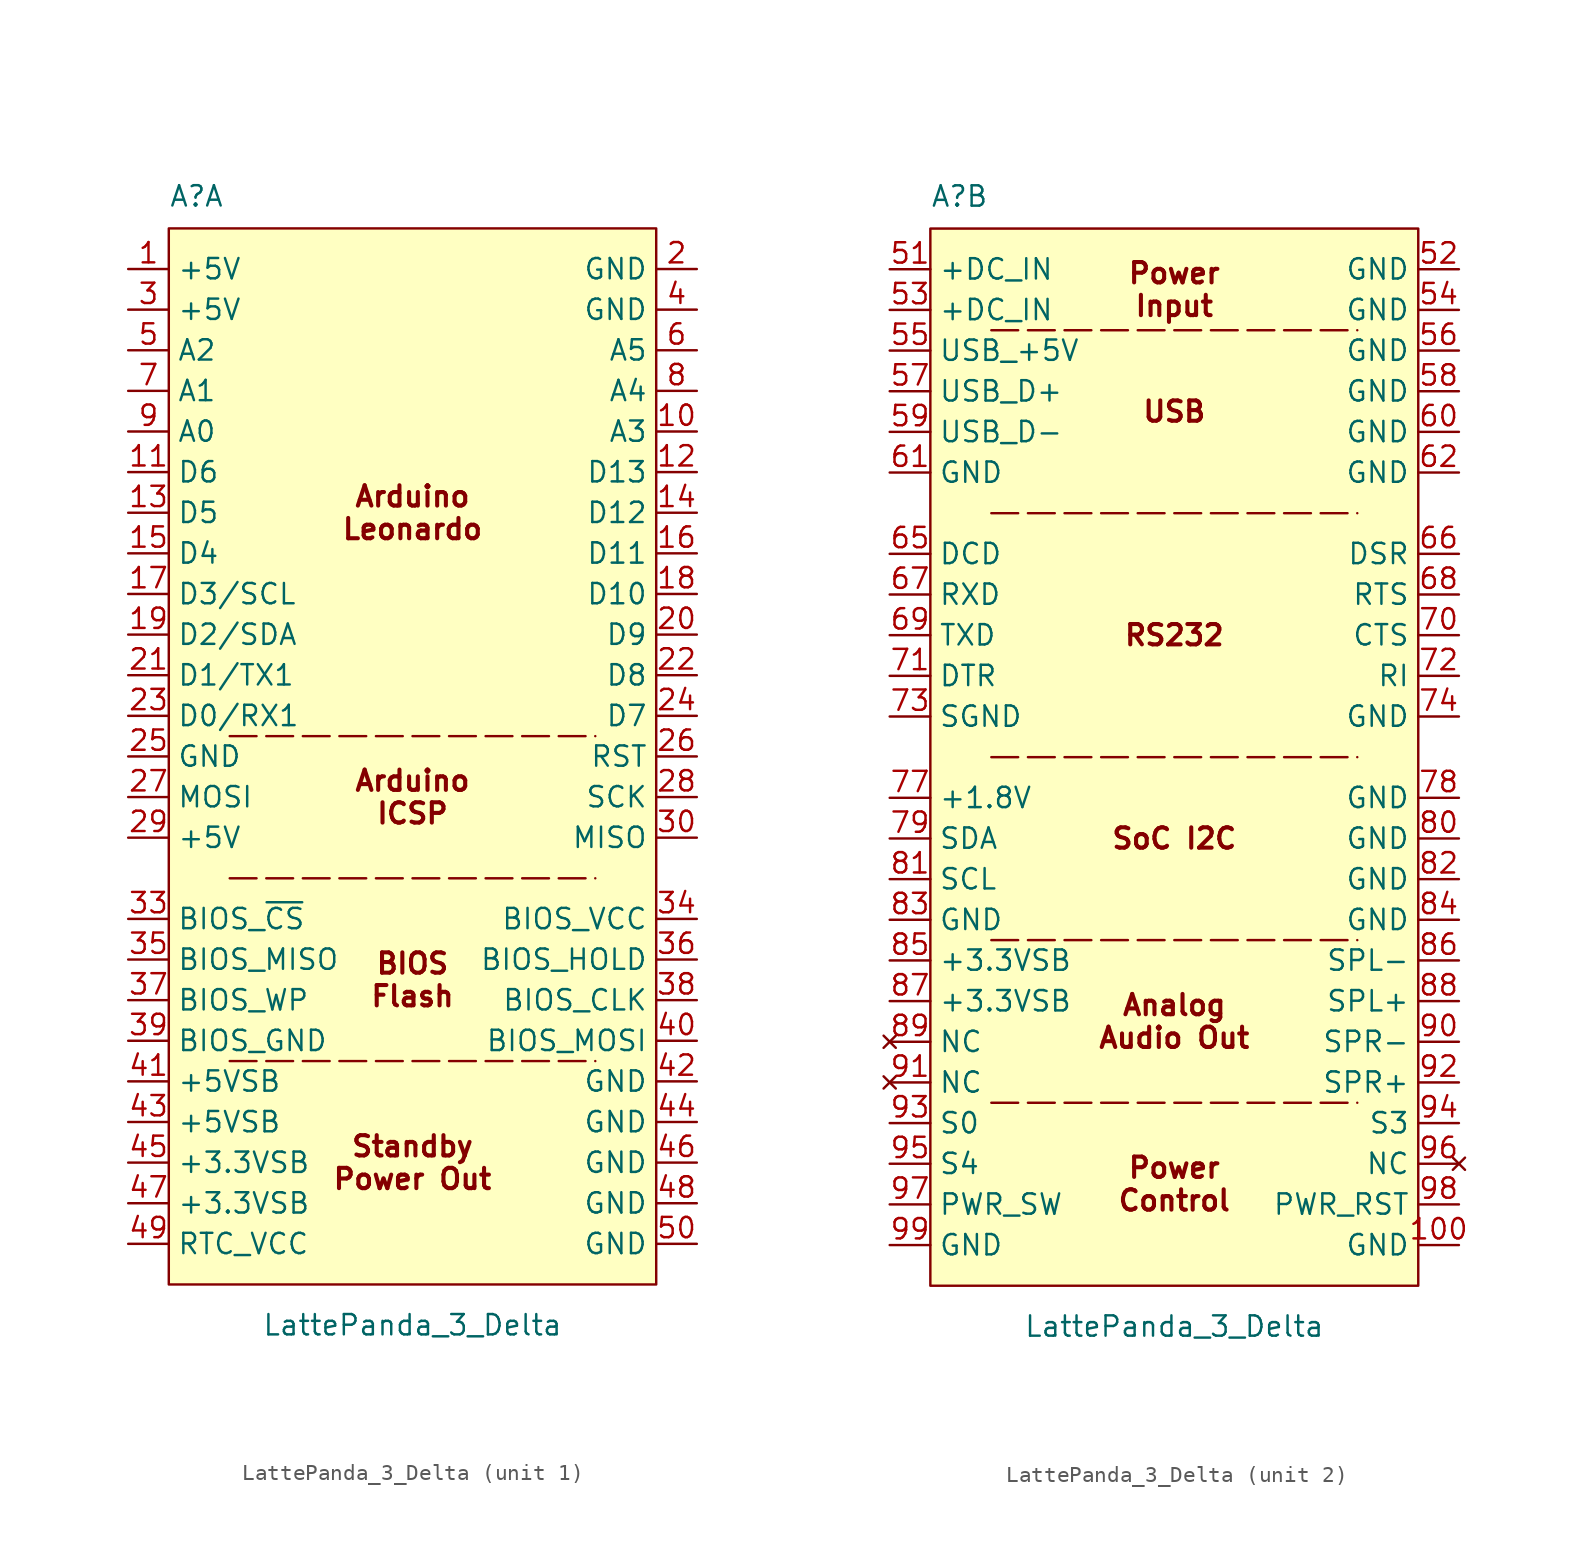
<source format=kicad_sym>
(kicad_symbol_lib
  (version 20220914)
  (generator kicad_symbol_editor)
  (symbol "LattePanda_3_Delta"
    (property "Reference" "A"
      (at -15.24 34.29 0)
      (effects (font (size 1.27 1.27)) (justify left bottom)))
    (property "Value" "LattePanda_3_Delta"
      (at 0 -35.56 0)
      (effects (font (size 1.27 1.27))))
    (symbol "LattePanda_3_Delta_0_1"
      (rectangle (start -15.24 33.02) (end 15.24 -33.02) (stroke (width 0) (type default)) (fill (type background))))
    (symbol "LattePanda_3_Delta_1_1"
      (polyline (pts (xy -11.43 -19.05) (xy 11.43 -19.05)) (stroke (width 0) (type dash)) (fill (type none)))
      (polyline (pts (xy -11.43 -7.62) (xy 11.43 -7.62)) (stroke (width 0) (type dash)) (fill (type none)))
      (polyline (pts (xy -11.43 1.27) (xy 11.43 1.27)) (stroke (width 0) (type dash)) (fill (type none)))
      (text "Arduino\nICSP" (at 0 -2.54 0) (effects (font (size 1.27 1.27) bold)))
      (text "Arduino\nLeonardo" (at 0 15.24 0) (effects (font (size 1.27 1.27) bold)))
      (text "BIOS\nFlash" (at 0 -13.97 0) (effects (font (size 1.27 1.27) bold)))
      (text "Standby\nPower Out" (at 0 -25.4 0) (effects (font (size 1.27 1.27) bold)))
      (pin power_out line (at -17.78 30.48 0) (length 2.54) (name "+5V" (effects (font (size 1.27 1.27)))) (number "1" (effects (font (size 1.27 1.27)))))
      (pin bidirectional line (at 17.78 20.32 180) (length 2.54) (name "A3" (effects (font (size 1.27 1.27)))) (number "10" (effects (font (size 1.27 1.27)))))
      (pin bidirectional line (at -17.78 17.78 0) (length 2.54) (name "D6" (effects (font (size 1.27 1.27)))) (number "11" (effects (font (size 1.27 1.27)))))
      (pin bidirectional line (at 17.78 17.78 180) (length 2.54) (name "D13" (effects (font (size 1.27 1.27)))) (number "12" (effects (font (size 1.27 1.27)))))
      (pin bidirectional line (at -17.78 15.24 0) (length 2.54) (name "D5" (effects (font (size 1.27 1.27)))) (number "13" (effects (font (size 1.27 1.27)))))
      (pin bidirectional line (at 17.78 15.24 180) (length 2.54) (name "D12" (effects (font (size 1.27 1.27)))) (number "14" (effects (font (size 1.27 1.27)))))
      (pin bidirectional line (at -17.78 12.7 0) (length 2.54) (name "D4" (effects (font (size 1.27 1.27)))) (number "15" (effects (font (size 1.27 1.27)))))
      (pin bidirectional line (at 17.78 12.7 180) (length 2.54) (name "D11" (effects (font (size 1.27 1.27)))) (number "16" (effects (font (size 1.27 1.27)))))
      (pin bidirectional line (at -17.78 10.16 0) (length 2.54) (name "D3/SCL" (effects (font (size 1.27 1.27)))) (number "17" (effects (font (size 1.27 1.27)))))
      (pin bidirectional line (at 17.78 10.16 180) (length 2.54) (name "D10" (effects (font (size 1.27 1.27)))) (number "18" (effects (font (size 1.27 1.27)))))
      (pin bidirectional line (at -17.78 7.62 0) (length 2.54) (name "D2/SDA" (effects (font (size 1.27 1.27)))) (number "19" (effects (font (size 1.27 1.27)))))
      (pin power_in line (at 17.78 30.48 180) (length 2.54) (name "GND" (effects (font (size 1.27 1.27)))) (number "2" (effects (font (size 1.27 1.27)))))
      (pin bidirectional line (at 17.78 7.62 180) (length 2.54) (name "D9" (effects (font (size 1.27 1.27)))) (number "20" (effects (font (size 1.27 1.27)))))
      (pin bidirectional line (at -17.78 5.08 0) (length 2.54) (name "D1/TX1" (effects (font (size 1.27 1.27)))) (number "21" (effects (font (size 1.27 1.27)))))
      (pin bidirectional line (at 17.78 5.08 180) (length 2.54) (name "D8" (effects (font (size 1.27 1.27)))) (number "22" (effects (font (size 1.27 1.27)))))
      (pin bidirectional line (at -17.78 2.54 0) (length 2.54) (name "D0/RX1" (effects (font (size 1.27 1.27)))) (number "23" (effects (font (size 1.27 1.27)))))
      (pin bidirectional line (at 17.78 2.54 180) (length 2.54) (name "D7" (effects (font (size 1.27 1.27)))) (number "24" (effects (font (size 1.27 1.27)))))
      (pin power_in line (at -17.78 0 0) (length 2.54) (name "GND" (effects (font (size 1.27 1.27)))) (number "25" (effects (font (size 1.27 1.27)))))
      (pin input line (at 17.78 0 180) (length 2.54) (name "RST" (effects (font (size 1.27 1.27)))) (number "26" (effects (font (size 1.27 1.27)))))
      (pin input line (at -17.78 -2.54 0) (length 2.54) (name "MOSI" (effects (font (size 1.27 1.27)))) (number "27" (effects (font (size 1.27 1.27)))))
      (pin input line (at 17.78 -2.54 180) (length 2.54) (name "SCK" (effects (font (size 1.27 1.27)))) (number "28" (effects (font (size 1.27 1.27)))))
      (pin power_in line (at -17.78 -5.08 0) (length 2.54) (name "+5V" (effects (font (size 1.27 1.27)))) (number "29" (effects (font (size 1.27 1.27)))))
      (pin power_out line (at -17.78 27.94 0) (length 2.54) (name "+5V" (effects (font (size 1.27 1.27)))) (number "3" (effects (font (size 1.27 1.27)))))
      (pin input line (at 17.78 -5.08 180) (length 2.54) (name "MISO" (effects (font (size 1.27 1.27)))) (number "30" (effects (font (size 1.27 1.27)))))
      (pin input line (at -17.78 -10.16 0) (length 2.54) (name "BIOS_~{CS}" (effects (font (size 1.27 1.27)))) (number "33" (effects (font (size 1.27 1.27)))))
      (pin power_in line (at 17.78 -10.16 180) (length 2.54) (name "BIOS_VCC" (effects (font (size 1.27 1.27)))) (number "34" (effects (font (size 1.27 1.27)))))
      (pin input line (at -17.78 -12.7 0) (length 2.54) (name "BIOS_MISO" (effects (font (size 1.27 1.27)))) (number "35" (effects (font (size 1.27 1.27)))))
      (pin input line (at 17.78 -12.7 180) (length 2.54) (name "BIOS_HOLD" (effects (font (size 1.27 1.27)))) (number "36" (effects (font (size 1.27 1.27)))))
      (pin input line (at -17.78 -15.24 0) (length 2.54) (name "BIOS_WP" (effects (font (size 1.27 1.27)))) (number "37" (effects (font (size 1.27 1.27)))))
      (pin input line (at 17.78 -15.24 180) (length 2.54) (name "BIOS_CLK" (effects (font (size 1.27 1.27)))) (number "38" (effects (font (size 1.27 1.27)))))
      (pin power_in line (at -17.78 -17.78 0) (length 2.54) (name "BIOS_GND" (effects (font (size 1.27 1.27)))) (number "39" (effects (font (size 1.27 1.27)))))
      (pin power_in line (at 17.78 27.94 180) (length 2.54) (name "GND" (effects (font (size 1.27 1.27)))) (number "4" (effects (font (size 1.27 1.27)))))
      (pin input line (at 17.78 -17.78 180) (length 2.54) (name "BIOS_MOSI" (effects (font (size 1.27 1.27)))) (number "40" (effects (font (size 1.27 1.27)))))
      (pin power_out line (at -17.78 -20.32 0) (length 2.54) (name "+5VSB" (effects (font (size 1.27 1.27)))) (number "41" (effects (font (size 1.27 1.27)))))
      (pin power_in line (at 17.78 -20.32 180) (length 2.54) (name "GND" (effects (font (size 1.27 1.27)))) (number "42" (effects (font (size 1.27 1.27)))))
      (pin power_out line (at -17.78 -22.86 0) (length 2.54) (name "+5VSB" (effects (font (size 1.27 1.27)))) (number "43" (effects (font (size 1.27 1.27)))))
      (pin power_in line (at 17.78 -22.86 180) (length 2.54) (name "GND" (effects (font (size 1.27 1.27)))) (number "44" (effects (font (size 1.27 1.27)))))
      (pin power_out line (at -17.78 -25.4 0) (length 2.54) (name "+3.3VSB" (effects (font (size 1.27 1.27)))) (number "45" (effects (font (size 1.27 1.27)))))
      (pin power_in line (at 17.78 -25.4 180) (length 2.54) (name "GND" (effects (font (size 1.27 1.27)))) (number "46" (effects (font (size 1.27 1.27)))))
      (pin power_out line (at -17.78 -27.94 0) (length 2.54) (name "+3.3VSB" (effects (font (size 1.27 1.27)))) (number "47" (effects (font (size 1.27 1.27)))))
      (pin power_in line (at 17.78 -27.94 180) (length 2.54) (name "GND" (effects (font (size 1.27 1.27)))) (number "48" (effects (font (size 1.27 1.27)))))
      (pin power_in line (at -17.78 -30.48 0) (length 2.54) (name "RTC_VCC" (effects (font (size 1.27 1.27)))) (number "49" (effects (font (size 1.27 1.27)))))
      (pin bidirectional line (at -17.78 25.4 0) (length 2.54) (name "A2" (effects (font (size 1.27 1.27)))) (number "5" (effects (font (size 1.27 1.27)))))
      (pin power_in line (at 17.78 -30.48 180) (length 2.54) (name "GND" (effects (font (size 1.27 1.27)))) (number "50" (effects (font (size 1.27 1.27)))))
      (pin bidirectional line (at 17.78 25.4 180) (length 2.54) (name "A5" (effects (font (size 1.27 1.27)))) (number "6" (effects (font (size 1.27 1.27)))))
      (pin bidirectional line (at -17.78 22.86 0) (length 2.54) (name "A1" (effects (font (size 1.27 1.27)))) (number "7" (effects (font (size 1.27 1.27)))))
      (pin bidirectional line (at 17.78 22.86 180) (length 2.54) (name "A4" (effects (font (size 1.27 1.27)))) (number "8" (effects (font (size 1.27 1.27)))))
      (pin bidirectional line (at -17.78 20.32 0) (length 2.54) (name "A0" (effects (font (size 1.27 1.27)))) (number "9" (effects (font (size 1.27 1.27))))))
    (symbol "LattePanda_3_Delta_2_1"
      (polyline (pts (xy -11.43 -21.59) (xy 11.43 -21.59)) (stroke (width 0) (type dash)) (fill (type none)))
      (polyline (pts (xy -11.43 -11.43) (xy 11.43 -11.43)) (stroke (width 0) (type dash)) (fill (type none)))
      (polyline (pts (xy -11.43 0) (xy 11.43 0)) (stroke (width 0) (type dash)) (fill (type none)))
      (polyline (pts (xy -11.43 15.24) (xy 11.43 15.24)) (stroke (width 0) (type dash)) (fill (type none)))
      (polyline (pts (xy -11.43 26.67) (xy 11.43 26.67)) (stroke (width 0) (type dash)) (fill (type none)))
      (text "Analog\nAudio Out" (at 0 -16.51 0) (effects (font (size 1.27 1.27) bold)))
      (text "Power\nControl" (at 0 -26.67 0) (effects (font (size 1.27 1.27) bold)))
      (text "Power\nInput" (at 0 29.21 0) (effects (font (size 1.27 1.27) bold)))
      (text "RS232" (at 0 7.62 0) (effects (font (size 1.27 1.27) bold)))
      (text "SoC I2C" (at 0 -5.08 0) (effects (font (size 1.27 1.27) bold)))
      (text "USB" (at 0 21.59 0) (effects (font (size 1.27 1.27) bold)))
      (pin power_in line (at 17.78 -30.48 180) (length 2.54) (name "GND" (effects (font (size 1.27 1.27)))) (number "100" (effects (font (size 1.27 1.27)))))
      (pin power_in line (at -17.78 30.48 0) (length 2.54) (name "+DC_IN" (effects (font (size 1.27 1.27)))) (number "51" (effects (font (size 1.27 1.27)))))
      (pin power_in line (at 17.78 30.48 180) (length 2.54) (name "GND" (effects (font (size 1.27 1.27)))) (number "52" (effects (font (size 1.27 1.27)))))
      (pin power_in line (at -17.78 27.94 0) (length 2.54) (name "+DC_IN" (effects (font (size 1.27 1.27)))) (number "53" (effects (font (size 1.27 1.27)))))
      (pin power_in line (at 17.78 27.94 180) (length 2.54) (name "GND" (effects (font (size 1.27 1.27)))) (number "54" (effects (font (size 1.27 1.27)))))
      (pin power_out line (at -17.78 25.4 0) (length 2.54) (name "USB_+5V" (effects (font (size 1.27 1.27)))) (number "55" (effects (font (size 1.27 1.27)))))
      (pin power_in line (at 17.78 25.4 180) (length 2.54) (name "GND" (effects (font (size 1.27 1.27)))) (number "56" (effects (font (size 1.27 1.27)))))
      (pin bidirectional line (at -17.78 22.86 0) (length 2.54) (name "USB_D+" (effects (font (size 1.27 1.27)))) (number "57" (effects (font (size 1.27 1.27)))))
      (pin power_in line (at 17.78 22.86 180) (length 2.54) (name "GND" (effects (font (size 1.27 1.27)))) (number "58" (effects (font (size 1.27 1.27)))))
      (pin bidirectional line (at -17.78 20.32 0) (length 2.54) (name "USB_D-" (effects (font (size 1.27 1.27)))) (number "59" (effects (font (size 1.27 1.27)))))
      (pin power_in line (at 17.78 20.32 180) (length 2.54) (name "GND" (effects (font (size 1.27 1.27)))) (number "60" (effects (font (size 1.27 1.27)))))
      (pin power_in line (at -17.78 17.78 0) (length 2.54) (name "GND" (effects (font (size 1.27 1.27)))) (number "61" (effects (font (size 1.27 1.27)))))
      (pin power_in line (at 17.78 17.78 180) (length 2.54) (name "GND" (effects (font (size 1.27 1.27)))) (number "62" (effects (font (size 1.27 1.27)))))
      (pin input line (at -17.78 12.7 0) (length 2.54) (name "DCD" (effects (font (size 1.27 1.27)))) (number "65" (effects (font (size 1.27 1.27)))))
      (pin input line (at 17.78 12.7 180) (length 2.54) (name "DSR" (effects (font (size 1.27 1.27)))) (number "66" (effects (font (size 1.27 1.27)))))
      (pin input line (at -17.78 10.16 0) (length 2.54) (name "RXD" (effects (font (size 1.27 1.27)))) (number "67" (effects (font (size 1.27 1.27)))))
      (pin output line (at 17.78 10.16 180) (length 2.54) (name "RTS" (effects (font (size 1.27 1.27)))) (number "68" (effects (font (size 1.27 1.27)))))
      (pin output line (at -17.78 7.62 0) (length 2.54) (name "TXD" (effects (font (size 1.27 1.27)))) (number "69" (effects (font (size 1.27 1.27)))))
      (pin input line (at 17.78 7.62 180) (length 2.54) (name "CTS" (effects (font (size 1.27 1.27)))) (number "70" (effects (font (size 1.27 1.27)))))
      (pin output line (at -17.78 5.08 0) (length 2.54) (name "DTR" (effects (font (size 1.27 1.27)))) (number "71" (effects (font (size 1.27 1.27)))))
      (pin input line (at 17.78 5.08 180) (length 2.54) (name "RI" (effects (font (size 1.27 1.27)))) (number "72" (effects (font (size 1.27 1.27)))))
      (pin passive line (at -17.78 2.54 0) (length 2.54) (name "SGND" (effects (font (size 1.27 1.27)))) (number "73" (effects (font (size 1.27 1.27)))))
      (pin power_in line (at 17.78 2.54 180) (length 2.54) (name "GND" (effects (font (size 1.27 1.27)))) (number "74" (effects (font (size 1.27 1.27)))))
      (pin power_out line (at -17.78 -2.54 0) (length 2.54) (name "+1.8V" (effects (font (size 1.27 1.27)))) (number "77" (effects (font (size 1.27 1.27)))))
      (pin power_in line (at 17.78 -2.54 180) (length 2.54) (name "GND" (effects (font (size 1.27 1.27)))) (number "78" (effects (font (size 1.27 1.27)))))
      (pin bidirectional line (at -17.78 -5.08 0) (length 2.54) (name "SDA" (effects (font (size 1.27 1.27)))) (number "79" (effects (font (size 1.27 1.27)))))
      (pin power_in line (at 17.78 -5.08 180) (length 2.54) (name "GND" (effects (font (size 1.27 1.27)))) (number "80" (effects (font (size 1.27 1.27)))))
      (pin output line (at -17.78 -7.62 0) (length 2.54) (name "SCL" (effects (font (size 1.27 1.27)))) (number "81" (effects (font (size 1.27 1.27)))))
      (pin power_in line (at 17.78 -7.62 180) (length 2.54) (name "GND" (effects (font (size 1.27 1.27)))) (number "82" (effects (font (size 1.27 1.27)))))
      (pin power_in line (at -17.78 -10.16 0) (length 2.54) (name "GND" (effects (font (size 1.27 1.27)))) (number "83" (effects (font (size 1.27 1.27)))))
      (pin power_in line (at 17.78 -10.16 180) (length 2.54) (name "GND" (effects (font (size 1.27 1.27)))) (number "84" (effects (font (size 1.27 1.27)))))
      (pin power_out line (at -17.78 -12.7 0) (length 2.54) (name "+3.3VSB" (effects (font (size 1.27 1.27)))) (number "85" (effects (font (size 1.27 1.27)))))
      (pin output line (at 17.78 -12.7 180) (length 2.54) (name "SPL-" (effects (font (size 1.27 1.27)))) (number "86" (effects (font (size 1.27 1.27)))))
      (pin power_out line (at -17.78 -15.24 0) (length 2.54) (name "+3.3VSB" (effects (font (size 1.27 1.27)))) (number "87" (effects (font (size 1.27 1.27)))))
      (pin output line (at 17.78 -15.24 180) (length 2.54) (name "SPL+" (effects (font (size 1.27 1.27)))) (number "88" (effects (font (size 1.27 1.27)))))
      (pin no_connect line (at -17.78 -17.78 0) (length 2.54) (name "NC" (effects (font (size 1.27 1.27)))) (number "89" (effects (font (size 1.27 1.27)))))
      (pin output line (at 17.78 -17.78 180) (length 2.54) (name "SPR-" (effects (font (size 1.27 1.27)))) (number "90" (effects (font (size 1.27 1.27)))))
      (pin no_connect line (at -17.78 -20.32 0) (length 2.54) (name "NC" (effects (font (size 1.27 1.27)))) (number "91" (effects (font (size 1.27 1.27)))))
      (pin output line (at 17.78 -20.32 180) (length 2.54) (name "SPR+" (effects (font (size 1.27 1.27)))) (number "92" (effects (font (size 1.27 1.27)))))
      (pin output line (at -17.78 -22.86 0) (length 2.54) (name "S0" (effects (font (size 1.27 1.27)))) (number "93" (effects (font (size 1.27 1.27)))))
      (pin output line (at 17.78 -22.86 180) (length 2.54) (name "S3" (effects (font (size 1.27 1.27)))) (number "94" (effects (font (size 1.27 1.27)))))
      (pin output line (at -17.78 -25.4 0) (length 2.54) (name "S4" (effects (font (size 1.27 1.27)))) (number "95" (effects (font (size 1.27 1.27)))))
      (pin no_connect line (at 17.78 -25.4 180) (length 2.54) (name "NC" (effects (font (size 1.27 1.27)))) (number "96" (effects (font (size 1.27 1.27)))))
      (pin input line (at -17.78 -27.94 0) (length 2.54) (name "PWR_SW" (effects (font (size 1.27 1.27)))) (number "97" (effects (font (size 1.27 1.27)))))
      (pin input line (at 17.78 -27.94 180) (length 2.54) (name "PWR_RST" (effects (font (size 1.27 1.27)))) (number "98" (effects (font (size 1.27 1.27)))))
      (pin power_in line (at -17.78 -30.48 0) (length 2.54) (name "GND" (effects (font (size 1.27 1.27)))) (number "99" (effects (font (size 1.27 1.27))))))))
</source>
